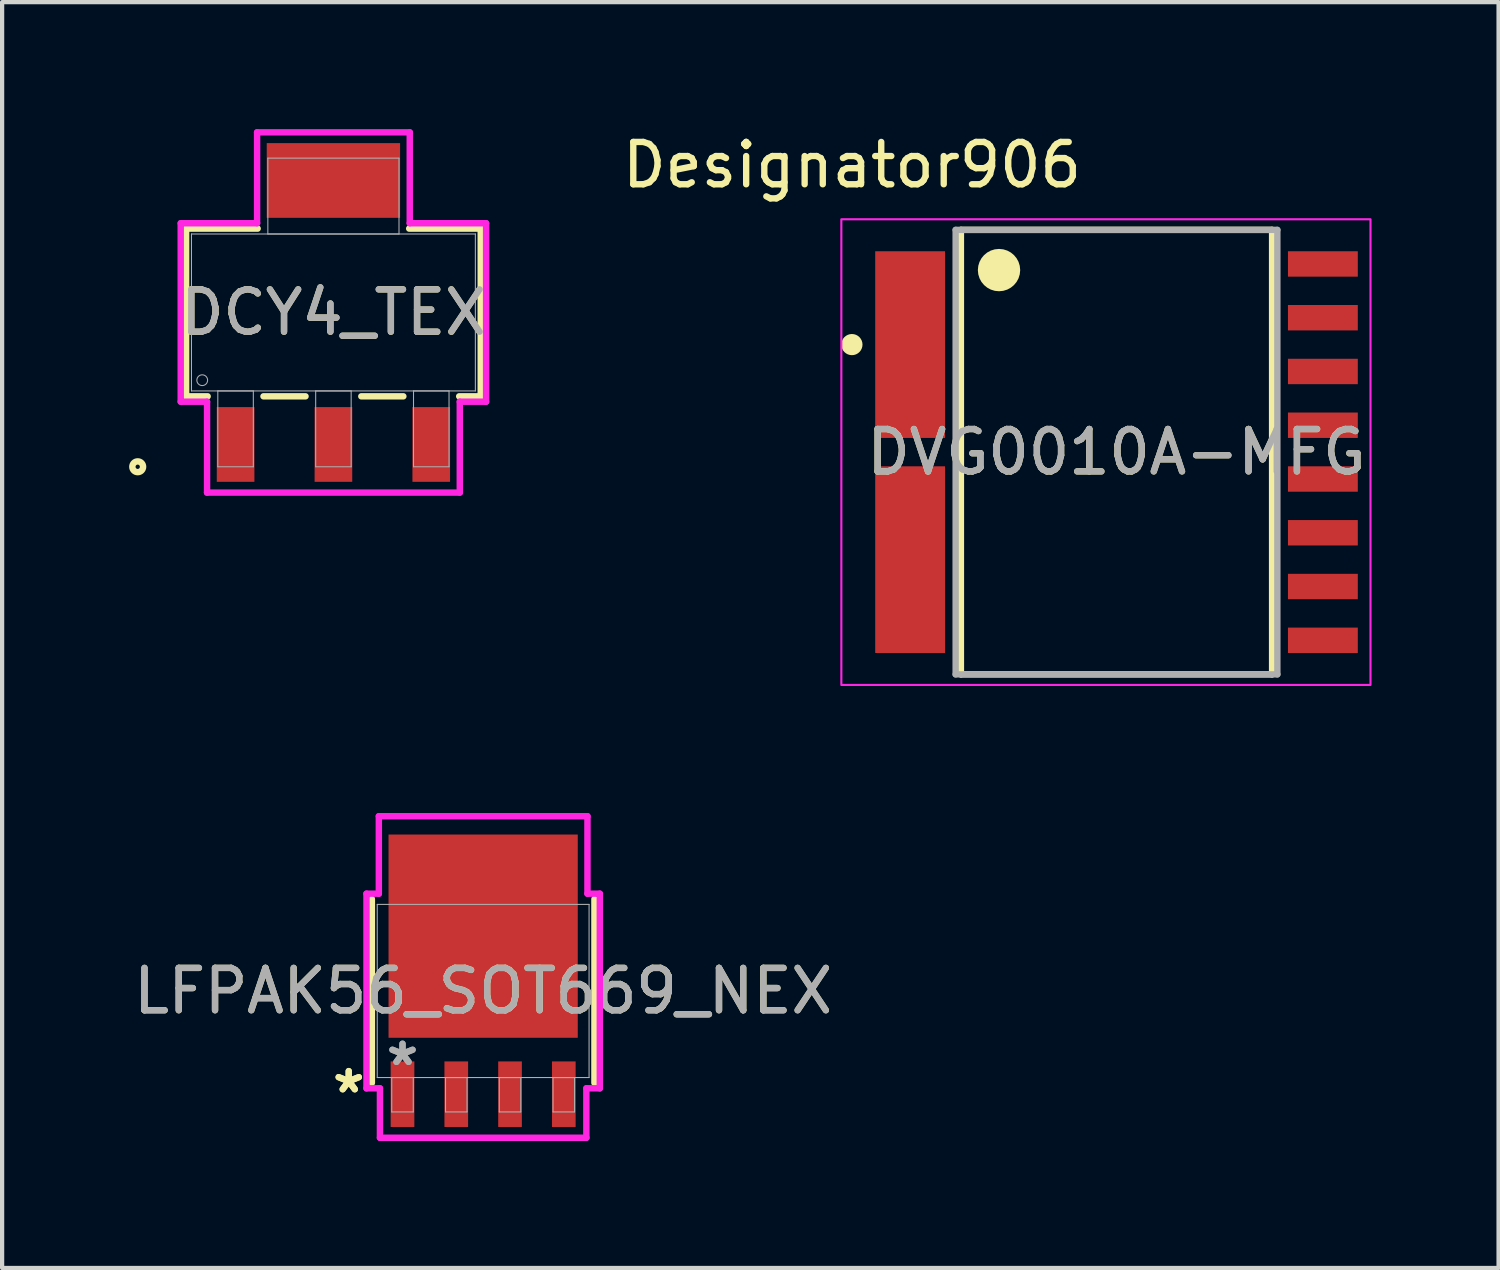
<source format=kicad_pcb>
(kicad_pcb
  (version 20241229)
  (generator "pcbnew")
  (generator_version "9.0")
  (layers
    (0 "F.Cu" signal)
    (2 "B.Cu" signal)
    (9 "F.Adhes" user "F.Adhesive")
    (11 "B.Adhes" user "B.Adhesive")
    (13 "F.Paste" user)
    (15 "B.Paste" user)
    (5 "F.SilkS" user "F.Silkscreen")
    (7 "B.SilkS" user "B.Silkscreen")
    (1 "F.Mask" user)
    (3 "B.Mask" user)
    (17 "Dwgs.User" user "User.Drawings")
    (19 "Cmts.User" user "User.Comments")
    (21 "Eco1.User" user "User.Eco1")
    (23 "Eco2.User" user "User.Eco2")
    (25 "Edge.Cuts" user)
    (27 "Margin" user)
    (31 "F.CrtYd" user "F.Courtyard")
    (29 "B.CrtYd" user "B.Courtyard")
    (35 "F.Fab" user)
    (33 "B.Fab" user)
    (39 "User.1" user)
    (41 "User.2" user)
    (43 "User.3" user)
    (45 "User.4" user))
  (footprint "LFPAK56_SOT669_NEX"
    (layer "F.Cu")
    (at 8.363 20.359)
    (property "Reference" "LFPAK56_SOT669_NEX" (at 0 0 0) (unlocked yes) (layer "F.SilkS") (effects (font (size 1 1) (thickness 0.15))))
    (attr smd)
    (fp_line (start -2.629 -2.172) (end -2.629 2.172) (stroke (width 0.152) (type solid)) (layer "F.SilkS"))
    (fp_line (start 2.629 2.172) (end 2.629 -2.172) (stroke (width 0.152) (type solid)) (layer "F.SilkS"))
    (fp_line (start -2.756 -2.299) (end -2.464 -2.299) (stroke (width 0.152) (type solid)) (layer "F.CrtYd"))
    (fp_line (start -2.756 2.299) (end -2.756 -2.299) (stroke (width 0.152) (type solid)) (layer "F.CrtYd"))
    (fp_line (start -2.464 -4.128) (end 2.464 -4.128) (stroke (width 0.152) (type solid)) (layer "F.CrtYd"))
    (fp_line (start -2.464 -2.299) (end -2.464 -4.128) (stroke (width 0.152) (type solid)) (layer "F.CrtYd"))
    (fp_line (start -2.438 2.299) (end -2.756 2.299) (stroke (width 0.152) (type solid)) (layer "F.CrtYd"))
    (fp_line (start -2.438 3.467) (end -2.438 2.299) (stroke (width 0.152) (type solid)) (layer "F.CrtYd"))
    (fp_line (start 2.438 2.299) (end 2.438 3.467) (stroke (width 0.152) (type solid)) (layer "F.CrtYd"))
    (fp_line (start 2.438 3.467) (end -2.438 3.467) (stroke (width 0.152) (type solid)) (layer "F.CrtYd"))
    (fp_line (start 2.464 -4.128) (end 2.464 -2.299) (stroke (width 0.152) (type solid)) (layer "F.CrtYd"))
    (fp_line (start 2.464 -2.299) (end 2.756 -2.299) (stroke (width 0.152) (type solid)) (layer "F.CrtYd"))
    (fp_line (start 2.756 -2.299) (end 2.756 2.299) (stroke (width 0.152) (type solid)) (layer "F.CrtYd"))
    (fp_line (start 2.756 2.299) (end 2.438 2.299) (stroke (width 0.152) (type solid)) (layer "F.CrtYd"))
    (fp_line (start -2.502 -2.045) (end -2.502 2.045) (stroke (width 0.025) (type solid)) (layer "F.Fab"))
    (fp_line (start -2.502 2.045) (end 2.502 2.045) (stroke (width 0.025) (type solid)) (layer "F.Fab"))
    (fp_line (start -2.159 2.045) (end -2.159 2.857) (stroke (width 0.025) (type solid)) (layer "F.Fab"))
    (fp_line (start -2.159 2.857) (end -1.651 2.857) (stroke (width 0.025) (type solid)) (layer "F.Fab"))
    (fp_line (start -1.651 2.045) (end -2.159 2.045) (stroke (width 0.025) (type solid)) (layer "F.Fab"))
    (fp_line (start -1.651 2.857) (end -1.651 2.045) (stroke (width 0.025) (type solid)) (layer "F.Fab"))
    (fp_line (start -0.889 2.045) (end -0.889 2.857) (stroke (width 0.025) (type solid)) (layer "F.Fab"))
    (fp_line (start -0.889 2.857) (end -0.381 2.857) (stroke (width 0.025) (type solid)) (layer "F.Fab"))
    (fp_line (start -0.381 2.045) (end -0.889 2.045) (stroke (width 0.025) (type solid)) (layer "F.Fab"))
    (fp_line (start -0.381 2.857) (end -0.381 2.045) (stroke (width 0.025) (type solid)) (layer "F.Fab"))
    (fp_line (start 0.381 2.045) (end 0.381 2.857) (stroke (width 0.025) (type solid)) (layer "F.Fab"))
    (fp_line (start 0.381 2.857) (end 0.889 2.857) (stroke (width 0.025) (type solid)) (layer "F.Fab"))
    (fp_line (start 0.889 2.045) (end 0.381 2.045) (stroke (width 0.025) (type solid)) (layer "F.Fab"))
    (fp_line (start 0.889 2.857) (end 0.889 2.045) (stroke (width 0.025) (type solid)) (layer "F.Fab"))
    (fp_line (start 1.651 2.045) (end 1.651 2.857) (stroke (width 0.025) (type solid)) (layer "F.Fab"))
    (fp_line (start 1.651 2.857) (end 2.159 2.857) (stroke (width 0.025) (type solid)) (layer "F.Fab"))
    (fp_line (start 2.159 2.045) (end 1.651 2.045) (stroke (width 0.025) (type solid)) (layer "F.Fab"))
    (fp_line (start 2.159 2.857) (end 2.159 2.045) (stroke (width 0.025) (type solid)) (layer "F.Fab"))
    (fp_line (start 2.502 -2.045) (end -2.502 -2.045) (stroke (width 0.025) (type solid)) (layer "F.Fab"))
    (fp_line (start 2.502 2.045) (end 2.502 -2.045) (stroke (width 0.025) (type solid)) (layer "F.Fab"))
    (fp_text user "*" (at -3.175 2.438 0) (unlocked yes) (layer "F.SilkS") (effects (font (size 1 1) (thickness 0.15))))
    (fp_text user "*" (at -3.175 2.438 0) (layer "F.SilkS") (effects (font (size 1 1) (thickness 0.15))))
    (fp_text user "*" (at -1.905 1.791 0) (unlocked yes) (layer "F.Fab") (effects (font (size 1 1) (thickness 0.15))))
    (fp_text user "${REFERENCE}" (at 0 0 0) (unlocked yes) (layer "F.Fab") (effects (font (size 1 1) (thickness 0.15))))
    (fp_text user "*" (at -1.905 1.791 0) (layer "F.Fab") (effects (font (size 1 1) (thickness 0.15))))
    (pad "1" smd rect (at -1.905 2.438) (size 0.559 1.549) (layers "F.Cu" "F.Mask" "F.Paste"))
    (pad "2" smd rect (at -0.635 2.438) (size 0.559 1.549) (layers "F.Cu" "F.Mask" "F.Paste"))
    (pad "3" smd rect (at 0.635 2.438) (size 0.559 1.549) (layers "F.Cu" "F.Mask" "F.Paste"))
    (pad "4" smd rect (at 1.905 2.438) (size 0.559 1.549) (layers "F.Cu" "F.Mask" "F.Paste"))
    (pad "5" smd rect (at 0 -1.295) (size 4.47 4.801) (layers "F.Cu" "F.Mask" "F.Paste")))
  (footprint "DVG0010A-MFG"
    (layer "F.Cu")
    (at 23.324 7.63)
    (property "Reference" "DVG0010A-MFG" (at 0 0 0) (unlocked yes) (layer "F.SilkS") (effects (font (size 1 1) (thickness 0.15))))
    (attr smd)
    (fp_line (start -3.675 -5.25) (end 3.675 -5.25) (stroke (width 0.15) (type solid)) (layer "F.SilkS"))
    (fp_line (start -3.675 5.25) (end -3.675 -5.25) (stroke (width 0.15) (type solid)) (layer "F.SilkS"))
    (fp_line (start -3.675 5.25) (end 3.675 5.25) (stroke (width 0.15) (type solid)) (layer "F.SilkS"))
    (fp_line (start 3.675 5.25) (end 3.675 -5.25) (stroke (width 0.15) (type solid)) (layer "F.SilkS"))
    (fp_circle (center -6.25 -2.54) (end -6.125 -2.54) (stroke (width 0.25) (type solid)) (fill no) (layer "F.SilkS"))
    (fp_circle (center -2.775 -4.3) (end -2.525 -4.3) (stroke (width 0.5) (type solid)) (fill no) (layer "F.SilkS"))
    (fp_rect (start -6.5 -5.5) (end 6 5.5) (stroke (width 0.05) (type default)) (fill no) (layer "F.CrtYd"))
    (fp_line (start -3.8 -5.25) (end 3.8 -5.25) (stroke (width 0.15) (type solid)) (layer "F.Fab"))
    (fp_line (start -3.8 5.25) (end -3.8 -5.25) (stroke (width 0.15) (type solid)) (layer "F.Fab"))
    (fp_line (start -3.8 5.25) (end 3.8 5.25) (stroke (width 0.15) (type solid)) (layer "F.Fab"))
    (fp_line (start 3.8 5.25) (end 3.8 -5.25) (stroke (width 0.15) (type solid)) (layer "F.Fab"))
    (fp_text user "Designator906" (at -6.248 -6.782 0) (unlocked yes) (layer "F.SilkS") (effects (font (size 1 1) (thickness 0.15))))
    (fp_text user "${REFERENCE}" (at 0 0 0) (unlocked yes) (layer "F.Fab") (effects (font (size 1 1) (thickness 0.15))))
    (pad "1" smd rect (at -4.875 -2.54) (size 1.65 4.41) (layers "F.Cu" "F.Mask" "F.Paste"))
    (pad "2" smd rect (at -4.875 2.54) (size 1.65 4.41) (layers "F.Cu" "F.Mask" "F.Paste"))
    (pad "3" smd rect (at 4.875 4.445) (size 1.65 0.6) (layers "F.Cu" "F.Mask" "F.Paste"))
    (pad "4" smd rect (at 4.875 3.175) (size 1.65 0.6) (layers "F.Cu" "F.Mask" "F.Paste"))
    (pad "5" smd rect (at 4.875 1.905) (size 1.65 0.6) (layers "F.Cu" "F.Mask" "F.Paste"))
    (pad "6" smd rect (at 4.875 0.635) (size 1.65 0.6) (layers "F.Cu" "F.Mask" "F.Paste"))
    (pad "7" smd rect (at 4.875 -0.635) (size 1.65 0.6) (layers "F.Cu" "F.Mask" "F.Paste"))
    (pad "8" smd rect (at 4.875 -1.905) (size 1.65 0.6) (layers "F.Cu" "F.Mask" "F.Paste"))
    (pad "9" smd rect (at 4.875 -3.175) (size 1.65 0.6) (layers "F.Cu" "F.Mask" "F.Paste"))
    (pad "10" smd rect (at 4.875 -4.445) (size 1.65 0.6) (layers "F.Cu" "F.Mask" "F.Paste")))
  (footprint "DCY4_TEX"
    (layer "F.Cu")
    (at 4.826 4.331)
    (property "Reference" "DCY4_TEX" (at 0 0 0) (unlocked yes) (layer "F.SilkS") (effects (font (size 1 1) (thickness 0.15))))
    (attr smd)
    (fp_line (start -3.48 -1.981) (end -3.48 1.981) (stroke (width 0.152) (type solid)) (layer "F.SilkS"))
    (fp_line (start -3.48 1.981) (end -2.971 1.981) (stroke (width 0.152) (type solid)) (layer "F.SilkS"))
    (fp_line (start -1.79 -1.981) (end -3.48 -1.981) (stroke (width 0.152) (type solid)) (layer "F.SilkS"))
    (fp_line (start -1.652 1.981) (end -0.659 1.981) (stroke (width 0.152) (type solid)) (layer "F.SilkS"))
    (fp_line (start 0.659 1.981) (end 1.652 1.981) (stroke (width 0.152) (type solid)) (layer "F.SilkS"))
    (fp_line (start 2.971 1.981) (end 3.48 1.981) (stroke (width 0.152) (type solid)) (layer "F.SilkS"))
    (fp_line (start 3.48 -1.981) (end 1.79 -1.981) (stroke (width 0.152) (type solid)) (layer "F.SilkS"))
    (fp_line (start 3.48 1.981) (end 3.48 -1.981) (stroke (width 0.152) (type solid)) (layer "F.SilkS"))
    (fp_circle (center -4.623 3.645) (end -4.496 3.645) (stroke (width 0.152) (type solid)) (fill no) (layer "F.SilkS"))
    (fp_line (start -3.607 -2.108) (end -1.803 -2.108) (stroke (width 0.152) (type solid)) (layer "F.CrtYd"))
    (fp_line (start -3.607 2.108) (end -3.607 -2.108) (stroke (width 0.152) (type solid)) (layer "F.CrtYd"))
    (fp_line (start -2.985 2.108) (end -3.607 2.108) (stroke (width 0.152) (type solid)) (layer "F.CrtYd"))
    (fp_line (start -2.985 4.255) (end -2.985 2.108) (stroke (width 0.152) (type solid)) (layer "F.CrtYd"))
    (fp_line (start -1.803 -4.255) (end 1.803 -4.255) (stroke (width 0.152) (type solid)) (layer "F.CrtYd"))
    (fp_line (start -1.803 -2.108) (end -1.803 -4.255) (stroke (width 0.152) (type solid)) (layer "F.CrtYd"))
    (fp_line (start 1.803 -4.255) (end 1.803 -2.108) (stroke (width 0.152) (type solid)) (layer "F.CrtYd"))
    (fp_line (start 1.803 -2.108) (end 3.607 -2.108) (stroke (width 0.152) (type solid)) (layer "F.CrtYd"))
    (fp_line (start 2.985 2.108) (end 2.985 4.255) (stroke (width 0.152) (type solid)) (layer "F.CrtYd"))
    (fp_line (start 2.985 4.255) (end -2.985 4.255) (stroke (width 0.152) (type solid)) (layer "F.CrtYd"))
    (fp_line (start 3.607 -2.108) (end 3.607 2.108) (stroke (width 0.152) (type solid)) (layer "F.CrtYd"))
    (fp_line (start 3.607 2.108) (end 2.985 2.108) (stroke (width 0.152) (type solid)) (layer "F.CrtYd"))
    (fp_line (start -3.353 -1.854) (end -3.353 1.854) (stroke (width 0.025) (type solid)) (layer "F.Fab"))
    (fp_line (start -3.353 1.854) (end 3.353 1.854) (stroke (width 0.025) (type solid)) (layer "F.Fab"))
    (fp_line (start -2.731 1.854) (end -2.731 3.645) (stroke (width 0.025) (type solid)) (layer "F.Fab"))
    (fp_line (start -2.731 3.645) (end -1.892 3.645) (stroke (width 0.025) (type solid)) (layer "F.Fab"))
    (fp_line (start -1.892 1.854) (end -2.731 1.854) (stroke (width 0.025) (type solid)) (layer "F.Fab"))
    (fp_line (start -1.892 3.645) (end -1.892 1.854) (stroke (width 0.025) (type solid)) (layer "F.Fab"))
    (fp_line (start -1.549 -3.645) (end -1.549 -1.854) (stroke (width 0.025) (type solid)) (layer "F.Fab"))
    (fp_line (start -1.549 -1.854) (end 1.549 -1.854) (stroke (width 0.025) (type solid)) (layer "F.Fab"))
    (fp_line (start -0.419 1.854) (end -0.419 3.645) (stroke (width 0.025) (type solid)) (layer "F.Fab"))
    (fp_line (start -0.419 3.645) (end 0.419 3.645) (stroke (width 0.025) (type solid)) (layer "F.Fab"))
    (fp_line (start 0.419 1.854) (end -0.419 1.854) (stroke (width 0.025) (type solid)) (layer "F.Fab"))
    (fp_line (start 0.419 3.645) (end 0.419 1.854) (stroke (width 0.025) (type solid)) (layer "F.Fab"))
    (fp_line (start 1.549 -3.645) (end -1.549 -3.645) (stroke (width 0.025) (type solid)) (layer "F.Fab"))
    (fp_line (start 1.549 -1.854) (end 1.549 -3.645) (stroke (width 0.025) (type solid)) (layer "F.Fab"))
    (fp_line (start 1.892 1.854) (end 1.892 3.645) (stroke (width 0.025) (type solid)) (layer "F.Fab"))
    (fp_line (start 1.892 3.645) (end 2.731 3.645) (stroke (width 0.025) (type solid)) (layer "F.Fab"))
    (fp_line (start 2.731 1.854) (end 1.892 1.854) (stroke (width 0.025) (type solid)) (layer "F.Fab"))
    (fp_line (start 2.731 3.645) (end 2.731 1.854) (stroke (width 0.025) (type solid)) (layer "F.Fab"))
    (fp_line (start 3.353 -1.854) (end -3.353 -1.854) (stroke (width 0.025) (type solid)) (layer "F.Fab"))
    (fp_line (start 3.353 1.854) (end 3.353 -1.854) (stroke (width 0.025) (type solid)) (layer "F.Fab"))
    (fp_circle (center -3.099 1.6) (end -2.972 1.6) (stroke (width 0.025) (type solid)) (fill no) (layer "F.Fab"))
    (fp_text user "${REFERENCE}" (at 0 0 0) (unlocked yes) (layer "F.Fab") (effects (font (size 1 1) (thickness 0.15))))
    (pad "1" smd rect (at -2.311 3.118) (size 0.889 1.765) (layers "F.Cu" "F.Mask" "F.Paste"))
    (pad "2" smd rect (at 0 3.118) (size 0.889 1.765) (layers "F.Cu" "F.Mask" "F.Paste"))
    (pad "3" smd rect (at 2.311 3.118) (size 0.889 1.765) (layers "F.Cu" "F.Mask" "F.Paste"))
    (pad "4" smd rect (at 0 -3.118) (size 3.15 1.765) (layers "F.Cu" "F.Mask" "F.Paste")))
  (gr_rect
    (start -3 -3)
    (end 32.349 26.902)
    (stroke (width 0.1) (type default))
    (fill no)
    (layer "Edge.Cuts")))
</source>
